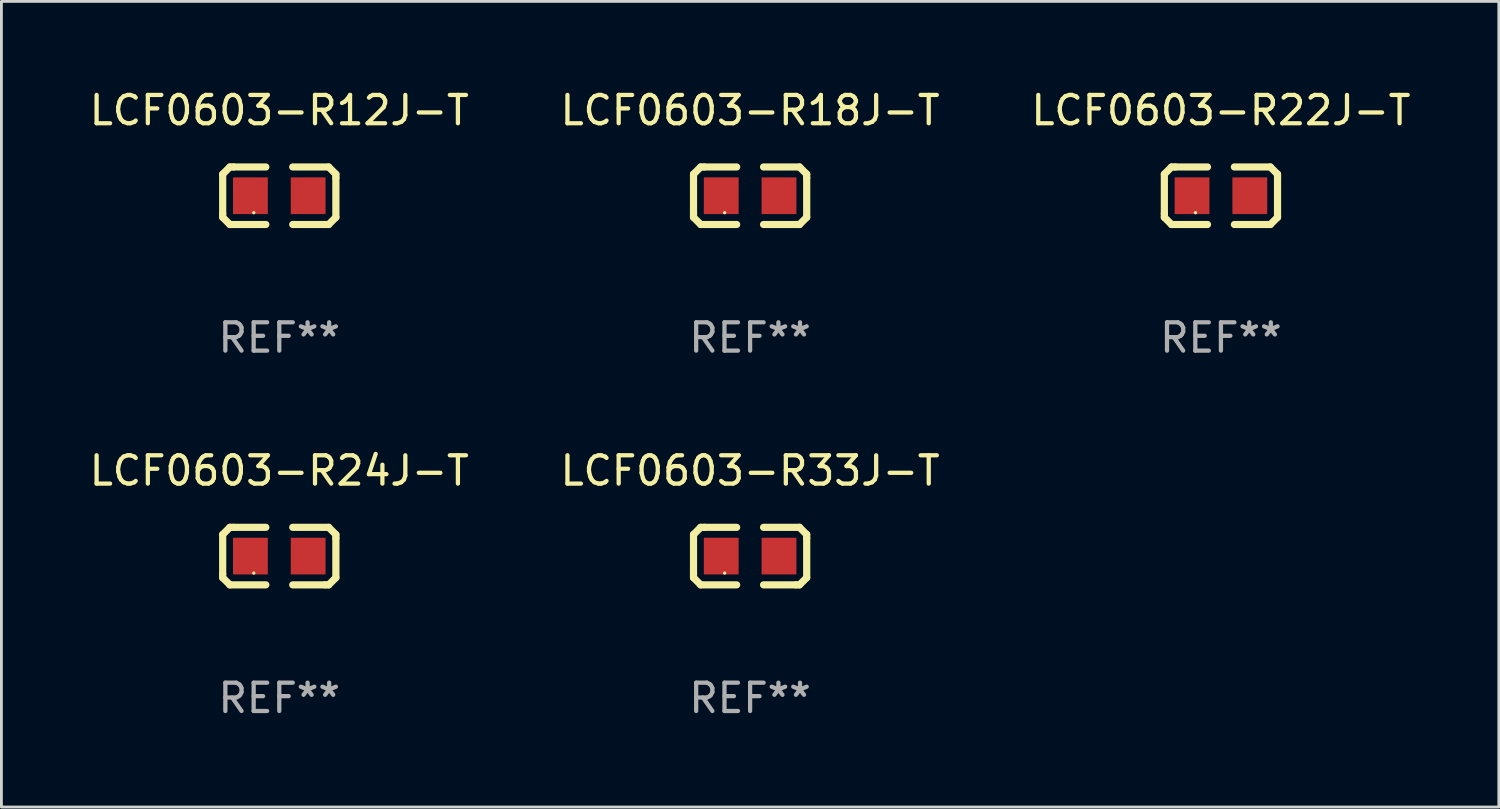
<source format=kicad_pcb>
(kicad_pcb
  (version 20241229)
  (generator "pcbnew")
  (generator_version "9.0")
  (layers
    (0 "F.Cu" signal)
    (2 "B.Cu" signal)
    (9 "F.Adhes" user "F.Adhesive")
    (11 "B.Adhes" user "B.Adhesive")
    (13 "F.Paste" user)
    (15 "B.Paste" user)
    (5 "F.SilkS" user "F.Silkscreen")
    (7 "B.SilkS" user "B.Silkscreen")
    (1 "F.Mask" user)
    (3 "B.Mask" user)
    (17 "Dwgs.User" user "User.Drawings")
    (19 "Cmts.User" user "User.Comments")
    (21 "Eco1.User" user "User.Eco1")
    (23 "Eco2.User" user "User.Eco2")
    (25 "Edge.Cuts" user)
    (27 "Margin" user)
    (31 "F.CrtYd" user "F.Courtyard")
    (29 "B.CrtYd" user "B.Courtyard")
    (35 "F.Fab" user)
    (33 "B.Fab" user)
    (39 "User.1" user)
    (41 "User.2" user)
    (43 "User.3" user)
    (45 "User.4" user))
  (footprint "LCF0603-R24J-T"
    (layer "F.Cu")
    (at 6.815 16.593)
    (property "Reference" "LCF0603-R24J-T" (at 0 -3.016 0) (layer "F.SilkS") (effects (font (size 1 1) (thickness 0.15))))
    (attr through_hole)
    (fp_line (start -1.999 -0.762) (end -1.999 0.635) (stroke (width 0.254) (type solid)) (layer "F.SilkS"))
    (fp_line (start -1.999 0.635) (end -1.999 0.762) (stroke (width 0.254) (type solid)) (layer "F.SilkS"))
    (fp_line (start -1.999 0.762) (end -1.745 1.016) (stroke (width 0.254) (type solid)) (layer "F.SilkS"))
    (fp_line (start -1.745 -1.016) (end -1.999 -0.762) (stroke (width 0.254) (type solid)) (layer "F.SilkS"))
    (fp_line (start -1.745 1.016) (end -0.475 1.016) (stroke (width 0.254) (type solid)) (layer "F.SilkS"))
    (fp_line (start -1.618 -1.016) (end -1.745 -1.016) (stroke (width 0.254) (type solid)) (layer "F.SilkS"))
    (fp_line (start -0.475 -1.016) (end -1.618 -1.016) (stroke (width 0.254) (type solid)) (layer "F.SilkS"))
    (fp_line (start 0.475 1.016) (end 1.618 1.016) (stroke (width 0.254) (type solid)) (layer "F.SilkS"))
    (fp_line (start 1.618 1.016) (end 1.745 1.016) (stroke (width 0.254) (type solid)) (layer "F.SilkS"))
    (fp_line (start 1.745 -1.016) (end 0.475 -1.016) (stroke (width 0.254) (type solid)) (layer "F.SilkS"))
    (fp_line (start 1.745 1.016) (end 1.999 0.762) (stroke (width 0.254) (type solid)) (layer "F.SilkS"))
    (fp_line (start 1.999 -0.762) (end 1.745 -1.016) (stroke (width 0.254) (type solid)) (layer "F.SilkS"))
    (fp_line (start 1.999 -0.635) (end 1.999 -0.762) (stroke (width 0.254) (type solid)) (layer "F.SilkS"))
    (fp_line (start 1.999 0.762) (end 1.999 -0.635) (stroke (width 0.254) (type solid)) (layer "F.SilkS"))
    (fp_circle (center -0.9 0.6) (end -0.87 0.6) (stroke (width 0.06) (type solid)) (fill no) (layer "F.SilkS"))
    (fp_text user "REF**" (at 0 5.016 0) (layer "F.Fab") (effects (font (size 1 1) (thickness 0.15))))
    (pad "1" smd rect (at -1.02 0) (size 1.23 1.296) (layers "F.Cu" "F.Mask" "F.Paste"))
    (pad "2" smd rect (at 1.02 0) (size 1.23 1.296) (layers "F.Cu" "F.Mask" "F.Paste")))
  (footprint "LCF0603-R33J-T"
    (layer "F.Cu")
    (at 23.446 16.593)
    (property "Reference" "LCF0603-R33J-T" (at 0 -3.016 0) (layer "F.SilkS") (effects (font (size 1 1) (thickness 0.15))))
    (attr through_hole)
    (fp_line (start -1.999 -0.762) (end -1.999 0.635) (stroke (width 0.254) (type solid)) (layer "F.SilkS"))
    (fp_line (start -1.999 0.635) (end -1.999 0.762) (stroke (width 0.254) (type solid)) (layer "F.SilkS"))
    (fp_line (start -1.999 0.762) (end -1.745 1.016) (stroke (width 0.254) (type solid)) (layer "F.SilkS"))
    (fp_line (start -1.745 -1.016) (end -1.999 -0.762) (stroke (width 0.254) (type solid)) (layer "F.SilkS"))
    (fp_line (start -1.745 1.016) (end -0.475 1.016) (stroke (width 0.254) (type solid)) (layer "F.SilkS"))
    (fp_line (start -1.618 -1.016) (end -1.745 -1.016) (stroke (width 0.254) (type solid)) (layer "F.SilkS"))
    (fp_line (start -0.475 -1.016) (end -1.618 -1.016) (stroke (width 0.254) (type solid)) (layer "F.SilkS"))
    (fp_line (start 0.475 1.016) (end 1.618 1.016) (stroke (width 0.254) (type solid)) (layer "F.SilkS"))
    (fp_line (start 1.618 1.016) (end 1.745 1.016) (stroke (width 0.254) (type solid)) (layer "F.SilkS"))
    (fp_line (start 1.745 -1.016) (end 0.475 -1.016) (stroke (width 0.254) (type solid)) (layer "F.SilkS"))
    (fp_line (start 1.745 1.016) (end 1.999 0.762) (stroke (width 0.254) (type solid)) (layer "F.SilkS"))
    (fp_line (start 1.999 -0.762) (end 1.745 -1.016) (stroke (width 0.254) (type solid)) (layer "F.SilkS"))
    (fp_line (start 1.999 -0.635) (end 1.999 -0.762) (stroke (width 0.254) (type solid)) (layer "F.SilkS"))
    (fp_line (start 1.999 0.762) (end 1.999 -0.635) (stroke (width 0.254) (type solid)) (layer "F.SilkS"))
    (fp_circle (center -0.9 0.6) (end -0.87 0.6) (stroke (width 0.06) (type solid)) (fill no) (layer "F.SilkS"))
    (fp_text user "REF**" (at 0 5.016 0) (layer "F.Fab") (effects (font (size 1 1) (thickness 0.15))))
    (pad "1" smd rect (at -1.02 0) (size 1.23 1.296) (layers "F.Cu" "F.Mask" "F.Paste"))
    (pad "2" smd rect (at 1.02 0) (size 1.23 1.296) (layers "F.Cu" "F.Mask" "F.Paste")))
  (footprint "LCF0603-R18J-T"
    (layer "F.Cu")
    (at 23.446 3.864)
    (property "Reference" "LCF0603-R18J-T" (at 0 -3.016 0) (layer "F.SilkS") (effects (font (size 1 1) (thickness 0.15))))
    (attr through_hole)
    (fp_line (start -1.999 -0.762) (end -1.999 0.635) (stroke (width 0.254) (type solid)) (layer "F.SilkS"))
    (fp_line (start -1.999 0.635) (end -1.999 0.762) (stroke (width 0.254) (type solid)) (layer "F.SilkS"))
    (fp_line (start -1.999 0.762) (end -1.745 1.016) (stroke (width 0.254) (type solid)) (layer "F.SilkS"))
    (fp_line (start -1.745 -1.016) (end -1.999 -0.762) (stroke (width 0.254) (type solid)) (layer "F.SilkS"))
    (fp_line (start -1.745 1.016) (end -0.475 1.016) (stroke (width 0.254) (type solid)) (layer "F.SilkS"))
    (fp_line (start -1.618 -1.016) (end -1.745 -1.016) (stroke (width 0.254) (type solid)) (layer "F.SilkS"))
    (fp_line (start -0.475 -1.016) (end -1.618 -1.016) (stroke (width 0.254) (type solid)) (layer "F.SilkS"))
    (fp_line (start 0.475 1.016) (end 1.618 1.016) (stroke (width 0.254) (type solid)) (layer "F.SilkS"))
    (fp_line (start 1.618 1.016) (end 1.745 1.016) (stroke (width 0.254) (type solid)) (layer "F.SilkS"))
    (fp_line (start 1.745 -1.016) (end 0.475 -1.016) (stroke (width 0.254) (type solid)) (layer "F.SilkS"))
    (fp_line (start 1.745 1.016) (end 1.999 0.762) (stroke (width 0.254) (type solid)) (layer "F.SilkS"))
    (fp_line (start 1.999 -0.762) (end 1.745 -1.016) (stroke (width 0.254) (type solid)) (layer "F.SilkS"))
    (fp_line (start 1.999 -0.635) (end 1.999 -0.762) (stroke (width 0.254) (type solid)) (layer "F.SilkS"))
    (fp_line (start 1.999 0.762) (end 1.999 -0.635) (stroke (width 0.254) (type solid)) (layer "F.SilkS"))
    (fp_circle (center -0.9 0.6) (end -0.87 0.6) (stroke (width 0.06) (type solid)) (fill no) (layer "F.SilkS"))
    (fp_text user "REF**" (at 0 5.016 0) (layer "F.Fab") (effects (font (size 1 1) (thickness 0.15))))
    (pad "1" smd rect (at -1.02 0) (size 1.23 1.296) (layers "F.Cu" "F.Mask" "F.Paste"))
    (pad "2" smd rect (at 1.02 0) (size 1.23 1.296) (layers "F.Cu" "F.Mask" "F.Paste")))
  (footprint "LCF0603-R22J-T"
    (layer "F.Cu")
    (at 40.077 3.864)
    (property "Reference" "LCF0603-R22J-T" (at 0 -3.016 0) (layer "F.SilkS") (effects (font (size 1 1) (thickness 0.15))))
    (attr through_hole)
    (fp_line (start -1.999 -0.762) (end -1.999 0.635) (stroke (width 0.254) (type solid)) (layer "F.SilkS"))
    (fp_line (start -1.999 0.635) (end -1.999 0.762) (stroke (width 0.254) (type solid)) (layer "F.SilkS"))
    (fp_line (start -1.999 0.762) (end -1.745 1.016) (stroke (width 0.254) (type solid)) (layer "F.SilkS"))
    (fp_line (start -1.745 -1.016) (end -1.999 -0.762) (stroke (width 0.254) (type solid)) (layer "F.SilkS"))
    (fp_line (start -1.745 1.016) (end -0.475 1.016) (stroke (width 0.254) (type solid)) (layer "F.SilkS"))
    (fp_line (start -1.618 -1.016) (end -1.745 -1.016) (stroke (width 0.254) (type solid)) (layer "F.SilkS"))
    (fp_line (start -0.475 -1.016) (end -1.618 -1.016) (stroke (width 0.254) (type solid)) (layer "F.SilkS"))
    (fp_line (start 0.475 1.016) (end 1.618 1.016) (stroke (width 0.254) (type solid)) (layer "F.SilkS"))
    (fp_line (start 1.618 1.016) (end 1.745 1.016) (stroke (width 0.254) (type solid)) (layer "F.SilkS"))
    (fp_line (start 1.745 -1.016) (end 0.475 -1.016) (stroke (width 0.254) (type solid)) (layer "F.SilkS"))
    (fp_line (start 1.745 1.016) (end 1.999 0.762) (stroke (width 0.254) (type solid)) (layer "F.SilkS"))
    (fp_line (start 1.999 -0.762) (end 1.745 -1.016) (stroke (width 0.254) (type solid)) (layer "F.SilkS"))
    (fp_line (start 1.999 -0.635) (end 1.999 -0.762) (stroke (width 0.254) (type solid)) (layer "F.SilkS"))
    (fp_line (start 1.999 0.762) (end 1.999 -0.635) (stroke (width 0.254) (type solid)) (layer "F.SilkS"))
    (fp_circle (center -0.9 0.6) (end -0.87 0.6) (stroke (width 0.06) (type solid)) (fill no) (layer "F.SilkS"))
    (fp_text user "REF**" (at 0 5.016 0) (layer "F.Fab") (effects (font (size 1 1) (thickness 0.15))))
    (pad "1" smd rect (at -1.02 0) (size 1.23 1.296) (layers "F.Cu" "F.Mask" "F.Paste"))
    (pad "2" smd rect (at 1.02 0) (size 1.23 1.296) (layers "F.Cu" "F.Mask" "F.Paste")))
  (footprint "LCF0603-R12J-T"
    (layer "F.Cu")
    (at 6.815 3.864)
    (property "Reference" "LCF0603-R12J-T" (at 0 -3.016 0) (layer "F.SilkS") (effects (font (size 1 1) (thickness 0.15))))
    (attr through_hole)
    (fp_line (start -1.999 -0.762) (end -1.999 0.635) (stroke (width 0.254) (type solid)) (layer "F.SilkS"))
    (fp_line (start -1.999 0.635) (end -1.999 0.762) (stroke (width 0.254) (type solid)) (layer "F.SilkS"))
    (fp_line (start -1.999 0.762) (end -1.745 1.016) (stroke (width 0.254) (type solid)) (layer "F.SilkS"))
    (fp_line (start -1.745 -1.016) (end -1.999 -0.762) (stroke (width 0.254) (type solid)) (layer "F.SilkS"))
    (fp_line (start -1.745 1.016) (end -0.475 1.016) (stroke (width 0.254) (type solid)) (layer "F.SilkS"))
    (fp_line (start -1.618 -1.016) (end -1.745 -1.016) (stroke (width 0.254) (type solid)) (layer "F.SilkS"))
    (fp_line (start -0.475 -1.016) (end -1.618 -1.016) (stroke (width 0.254) (type solid)) (layer "F.SilkS"))
    (fp_line (start 0.475 1.016) (end 1.618 1.016) (stroke (width 0.254) (type solid)) (layer "F.SilkS"))
    (fp_line (start 1.618 1.016) (end 1.745 1.016) (stroke (width 0.254) (type solid)) (layer "F.SilkS"))
    (fp_line (start 1.745 -1.016) (end 0.475 -1.016) (stroke (width 0.254) (type solid)) (layer "F.SilkS"))
    (fp_line (start 1.745 1.016) (end 1.999 0.762) (stroke (width 0.254) (type solid)) (layer "F.SilkS"))
    (fp_line (start 1.999 -0.762) (end 1.745 -1.016) (stroke (width 0.254) (type solid)) (layer "F.SilkS"))
    (fp_line (start 1.999 -0.635) (end 1.999 -0.762) (stroke (width 0.254) (type solid)) (layer "F.SilkS"))
    (fp_line (start 1.999 0.762) (end 1.999 -0.635) (stroke (width 0.254) (type solid)) (layer "F.SilkS"))
    (fp_circle (center -0.9 0.6) (end -0.87 0.6) (stroke (width 0.06) (type solid)) (fill no) (layer "F.SilkS"))
    (fp_text user "REF**" (at 0 5.016 0) (layer "F.Fab") (effects (font (size 1 1) (thickness 0.15))))
    (pad "1" smd rect (at -1.02 0) (size 1.23 1.296) (layers "F.Cu" "F.Mask" "F.Paste"))
    (pad "2" smd rect (at 1.02 0) (size 1.23 1.296) (layers "F.Cu" "F.Mask" "F.Paste")))
  (gr_rect
    (start -3 -3)
    (end 49.893 25.457)
    (stroke (width 0.1) (type default))
    (fill no)
    (layer "Edge.Cuts")))
</source>
